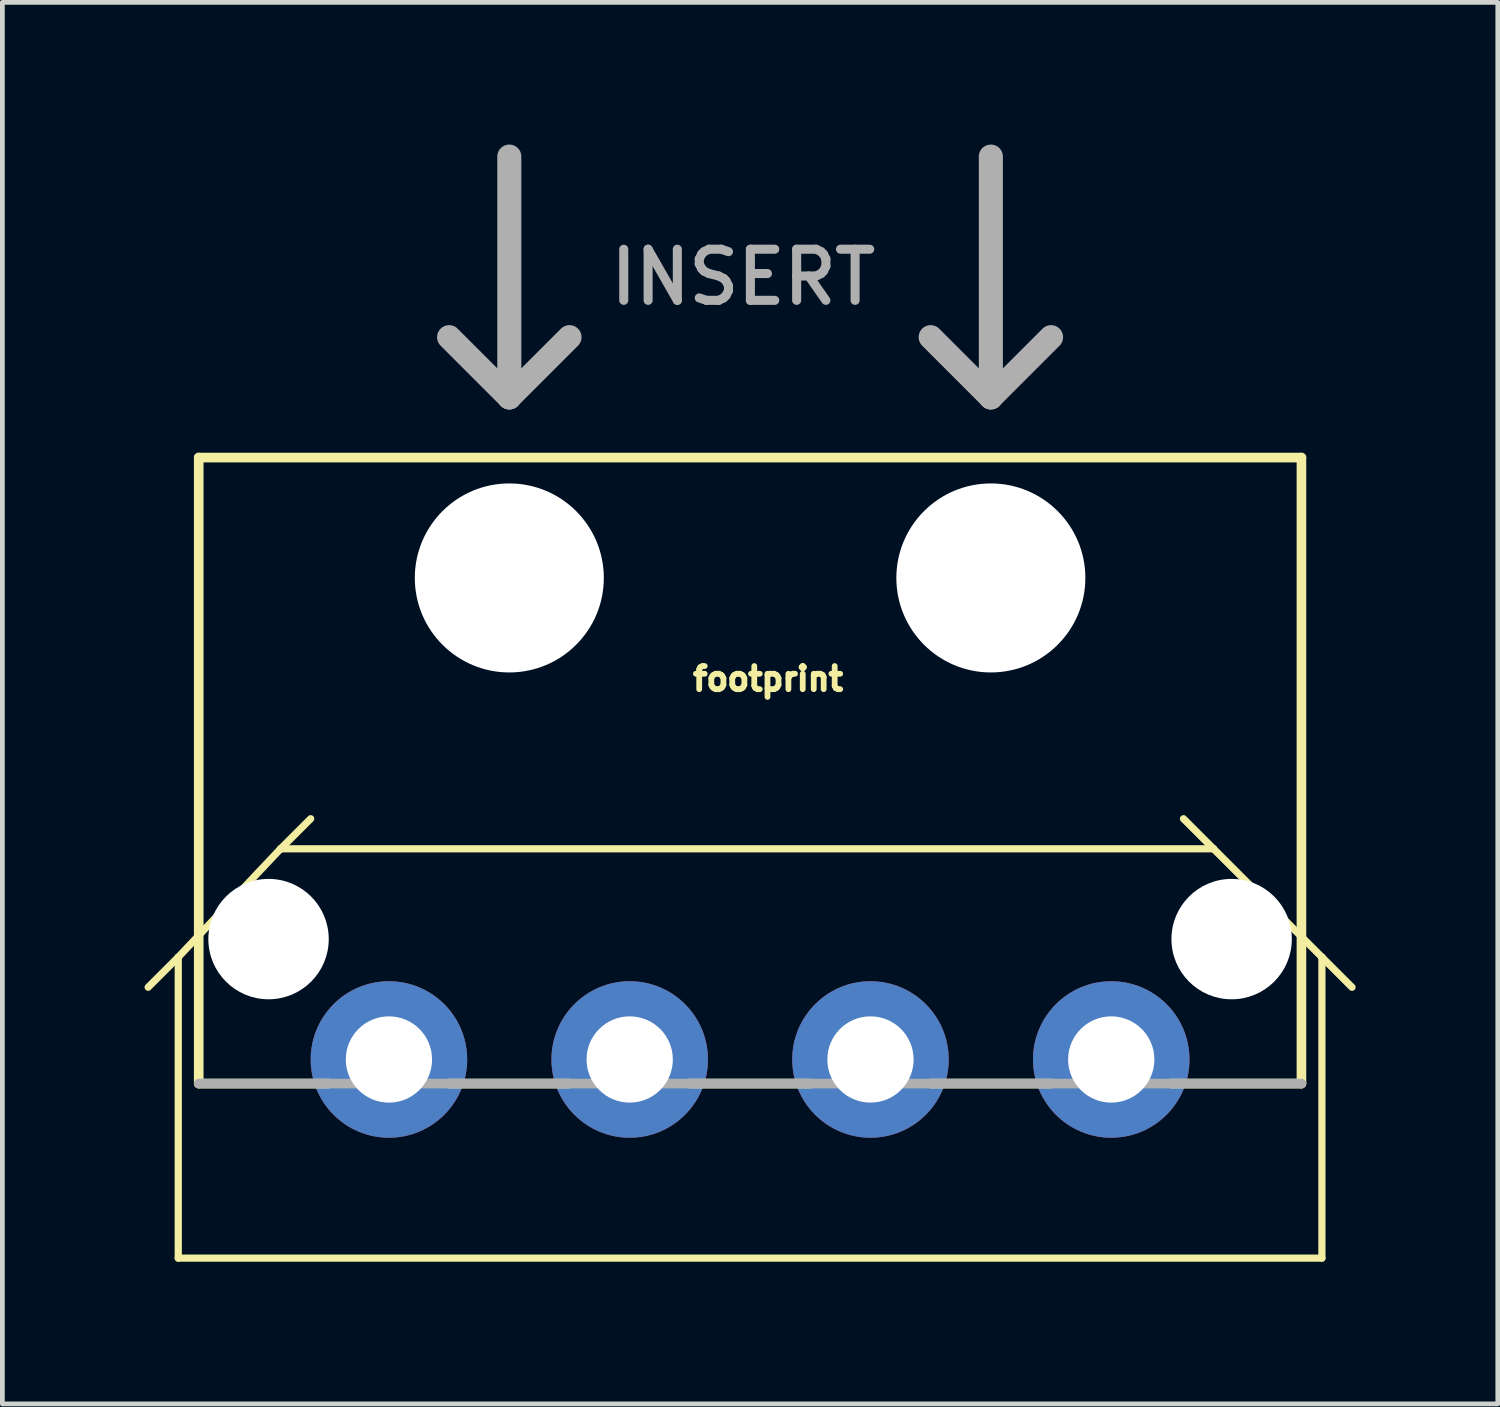
<source format=kicad_pcb>
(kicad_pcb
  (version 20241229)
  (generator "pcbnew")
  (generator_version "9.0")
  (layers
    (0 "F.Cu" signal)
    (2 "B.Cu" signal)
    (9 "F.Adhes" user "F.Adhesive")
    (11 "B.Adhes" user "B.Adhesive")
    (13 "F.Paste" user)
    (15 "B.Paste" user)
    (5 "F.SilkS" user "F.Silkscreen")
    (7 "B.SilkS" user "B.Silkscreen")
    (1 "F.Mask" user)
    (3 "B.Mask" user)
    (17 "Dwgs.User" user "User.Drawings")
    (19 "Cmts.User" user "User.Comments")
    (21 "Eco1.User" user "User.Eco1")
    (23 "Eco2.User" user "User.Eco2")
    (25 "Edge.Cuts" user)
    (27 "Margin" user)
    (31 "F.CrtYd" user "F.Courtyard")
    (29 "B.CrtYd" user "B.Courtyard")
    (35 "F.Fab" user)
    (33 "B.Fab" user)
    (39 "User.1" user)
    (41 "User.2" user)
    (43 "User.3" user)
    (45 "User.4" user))
  (footprint "footprint"
    (layer "F.Cu")
    (at 12.776 16.764)
    (property "Reference" "footprint" (at -1.27 -5.207 0) (layer "F.SilkS") (effects (font (size 0.488 0.488) (thickness 0.122)) (justify left bottom)))
    (fp_line (start -12.065 0.381) (end -12.7 1.016) (stroke (width 0.152) (type solid)) (layer "F.SilkS"))
    (fp_line (start -12.065 0.381) (end -12.065 6.731) (stroke (width 0.152) (type solid)) (layer "F.SilkS"))
    (fp_line (start -12.065 6.731) (end 12.065 6.731) (stroke (width 0.152) (type solid)) (layer "F.SilkS"))
    (fp_line (start -11.633 -10.16) (end 11.633 -10.16) (stroke (width 0.203) (type solid)) (layer "F.SilkS"))
    (fp_line (start -11.633 3.048) (end -11.633 -10.16) (stroke (width 0.203) (type solid)) (layer "F.SilkS"))
    (fp_line (start -11.633 3.048) (end -8.89 3.048) (stroke (width 0.203) (type solid)) (layer "F.SilkS"))
    (fp_line (start -9.906 -1.905) (end -12.065 0.381) (stroke (width 0.152) (type solid)) (layer "F.SilkS"))
    (fp_line (start -9.271 -2.54) (end -9.906 -1.905) (stroke (width 0.152) (type solid)) (layer "F.SilkS"))
    (fp_line (start -6.35 3.048) (end -3.81 3.048) (stroke (width 0.203) (type solid)) (layer "F.SilkS"))
    (fp_line (start -1.27 3.048) (end 1.27 3.048) (stroke (width 0.203) (type solid)) (layer "F.SilkS"))
    (fp_line (start 3.81 3.048) (end 6.35 3.048) (stroke (width 0.203) (type solid)) (layer "F.SilkS"))
    (fp_line (start 9.144 -2.54) (end 9.779 -1.905) (stroke (width 0.152) (type solid)) (layer "F.SilkS"))
    (fp_line (start 9.779 -1.905) (end -9.906 -1.905) (stroke (width 0.152) (type solid)) (layer "F.SilkS"))
    (fp_line (start 11.633 -10.16) (end 11.633 3.048) (stroke (width 0.203) (type solid)) (layer "F.SilkS"))
    (fp_line (start 11.633 3.048) (end 8.89 3.048) (stroke (width 0.203) (type solid)) (layer "F.SilkS"))
    (fp_line (start 12.065 0.381) (end 9.779 -1.905) (stroke (width 0.152) (type solid)) (layer "F.SilkS"))
    (fp_line (start 12.065 6.731) (end 12.065 0.381) (stroke (width 0.152) (type solid)) (layer "F.SilkS"))
    (fp_line (start 12.7 1.016) (end 12.065 0.381) (stroke (width 0.152) (type solid)) (layer "F.SilkS"))
    (fp_line (start -5.08 -16.51) (end -5.08 -11.43) (stroke (width 0.508) (type solid)) (layer "F.Fab"))
    (fp_line (start -5.08 -11.43) (end -6.35 -12.7) (stroke (width 0.508) (type solid)) (layer "F.Fab"))
    (fp_line (start -5.08 -11.43) (end -3.81 -12.7) (stroke (width 0.508) (type solid)) (layer "F.Fab"))
    (fp_line (start 5.08 -16.51) (end 5.08 -11.43) (stroke (width 0.508) (type solid)) (layer "F.Fab"))
    (fp_line (start 5.08 -11.43) (end 3.81 -12.7) (stroke (width 0.508) (type solid)) (layer "F.Fab"))
    (fp_line (start 5.08 -11.43) (end 6.35 -12.7) (stroke (width 0.508) (type solid)) (layer "F.Fab"))
    (fp_line (start 11.633 3.048) (end -11.633 3.048) (stroke (width 0.203) (type solid)) (layer "F.Fab"))
    (fp_text user "INSERT" (at -3.048 -13.335 0) (layer "F.Fab") (effects (font (size 1.079 1.079) (thickness 0.191)) (justify left bottom)))
    (pad "" np_thru_hole circle (at -10.16 0) (size 2.54 2.54) (drill 2.54) (layers "*.Cu" "*.Mask"))
    (pad "" np_thru_hole circle (at -5.08 -7.62) (size 3.988 3.988) (drill 3.988) (layers "*.Cu" "*.Mask"))
    (pad "" np_thru_hole circle (at 5.08 -7.62) (size 3.988 3.988) (drill 3.988) (layers "*.Cu" "*.Mask"))
    (pad "" np_thru_hole circle (at 10.16 0) (size 2.54 2.54) (drill 2.54) (layers "*.Cu" "*.Mask"))
    (pad "5V" thru_hole circle (at -7.62 2.54) (size 3.302 3.302) (drill 1.82) (layers "*.Cu" "*.Mask"))
    (pad "12V" thru_hole circle (at 7.62 2.54) (size 3.302 3.302) (drill 1.82) (layers "*.Cu" "*.Mask"))
    (pad "GND@1" thru_hole circle (at -2.54 2.54) (size 3.302 3.302) (drill 1.82) (layers "*.Cu" "*.Mask"))
    (pad "GND@2" thru_hole circle (at 2.54 2.54) (size 3.302 3.302) (drill 1.82) (layers "*.Cu" "*.Mask")))
  (gr_rect
    (start -3 -3)
    (end 28.552 26.571)
    (stroke (width 0.1) (type default))
    (fill no)
    (layer "Edge.Cuts")))
</source>
